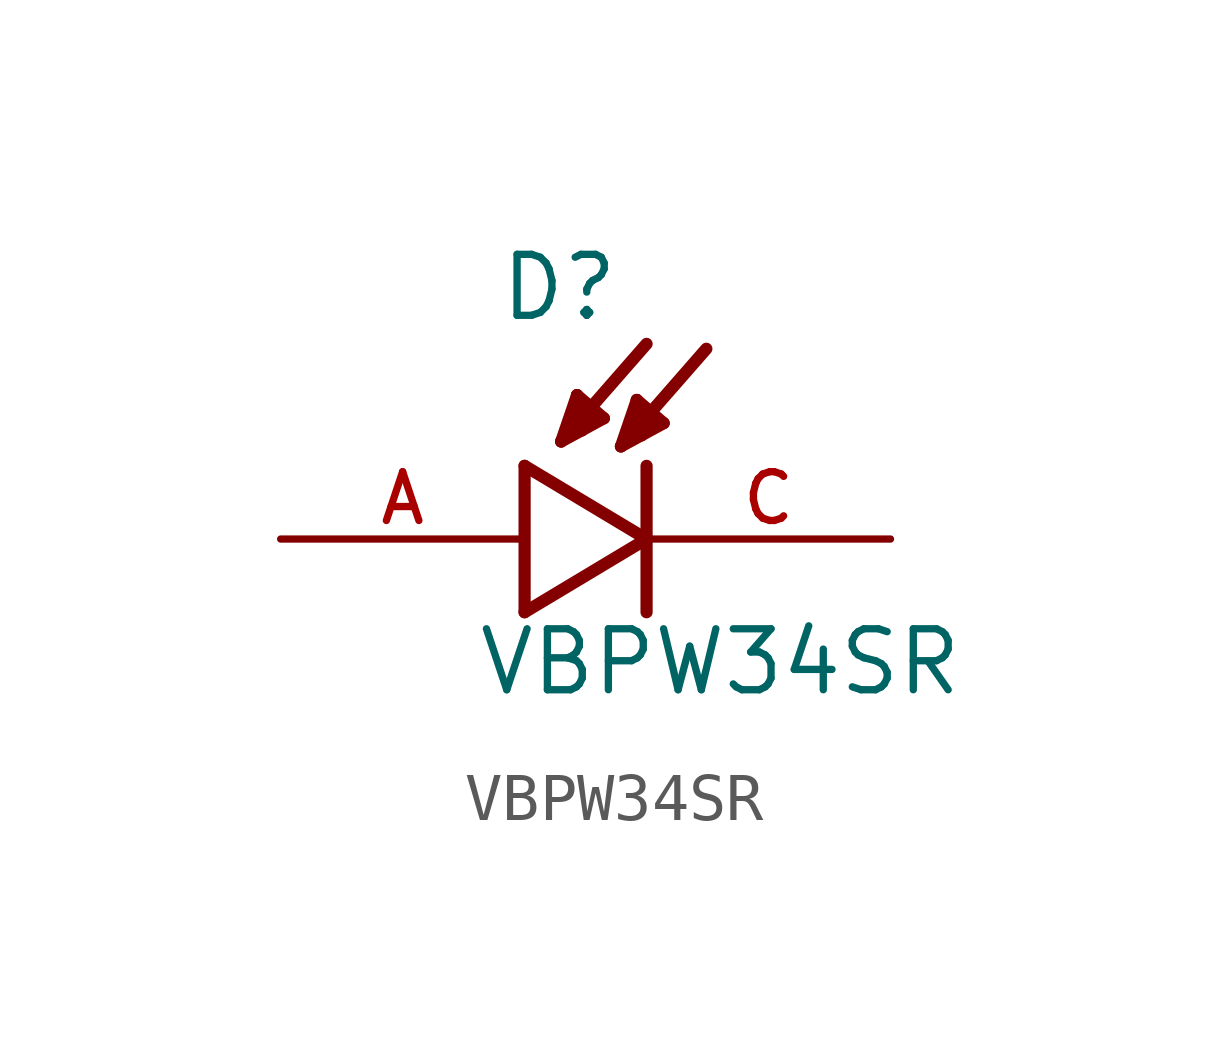
<source format=kicad_sym>
(kicad_symbol_lib
  (version 20211014)
  (generator kicad_symbol_editor)
  (symbol "VBPW34SR"
    (pin_names
      (offset 1.016))
    (property "Reference" "D"
      (at -0.559 4.496 0)
      (effects (font (size 1.27 1.27)) (justify bottom left)))
    (property "Value" "VBPW34SR"
      (at -1.016 -3.302 0)
      (effects (font (size 1.27 1.27)) (justify bottom left)))
    (symbol "VBPW34SR_0_0"
      (polyline (pts (xy 0.0 1.524) (xy 0.0 -1.524)) (stroke (width 0.254)))
      (polyline (pts (xy 0.0 -1.524) (xy 2.54 0.0)) (stroke (width 0.254)))
      (polyline (pts (xy 2.54 0.0) (xy 0.0 1.524)) (stroke (width 0.254)))
      (polyline (pts (xy 2.54 1.524) (xy 2.54 -1.524)) (stroke (width 0.254)))
      (polyline (pts (xy 0.762 2.032) (xy 2.54 4.064)) (stroke (width 0.254)))
      (polyline (pts (xy 1.092 2.997) (xy 1.651 2.515)) (stroke (width 0.254)))
      (polyline (pts (xy 1.651 2.515) (xy 0.762 2.032)) (stroke (width 0.254)))
      (polyline (pts (xy 0.762 2.032) (xy 1.092 2.997)) (stroke (width 0.254)))
      (polyline (pts (xy 1.092 2.997) (xy 1.067 2.261)) (stroke (width 0.254)))
      (polyline (pts (xy 1.067 2.261) (xy 1.194 2.261)) (stroke (width 0.254)))
      (polyline (pts (xy 1.473 2.591) (xy 1.245 2.438)) (stroke (width 0.254)))
      (polyline (pts (xy 2.007 1.93) (xy 3.785 3.962)) (stroke (width 0.254)))
      (polyline (pts (xy 2.337 2.896) (xy 2.896 2.413)) (stroke (width 0.254)))
      (polyline (pts (xy 2.896 2.413) (xy 2.007 1.93)) (stroke (width 0.254)))
      (polyline (pts (xy 2.007 1.93) (xy 2.337 2.896)) (stroke (width 0.254)))
      (polyline (pts (xy 2.337 2.896) (xy 2.311 2.159)) (stroke (width 0.254)))
      (polyline (pts (xy 2.311 2.159) (xy 2.438 2.159)) (stroke (width 0.254)))
      (polyline (pts (xy 2.718 2.489) (xy 2.489 2.337)) (stroke (width 0.254)))
      (pin passive line (at 7.62 0.0 180.0) (length 5.08) (name "~" (effects (font (size 1.016 1.016)))) (number "C" (effects (font (size 1.016 1.016)))))
      (pin passive line (at -5.08 0.0 0) (length 5.08) (name "~" (effects (font (size 1.016 1.016)))) (number "A" (effects (font (size 1.016 1.016))))))))
</source>
